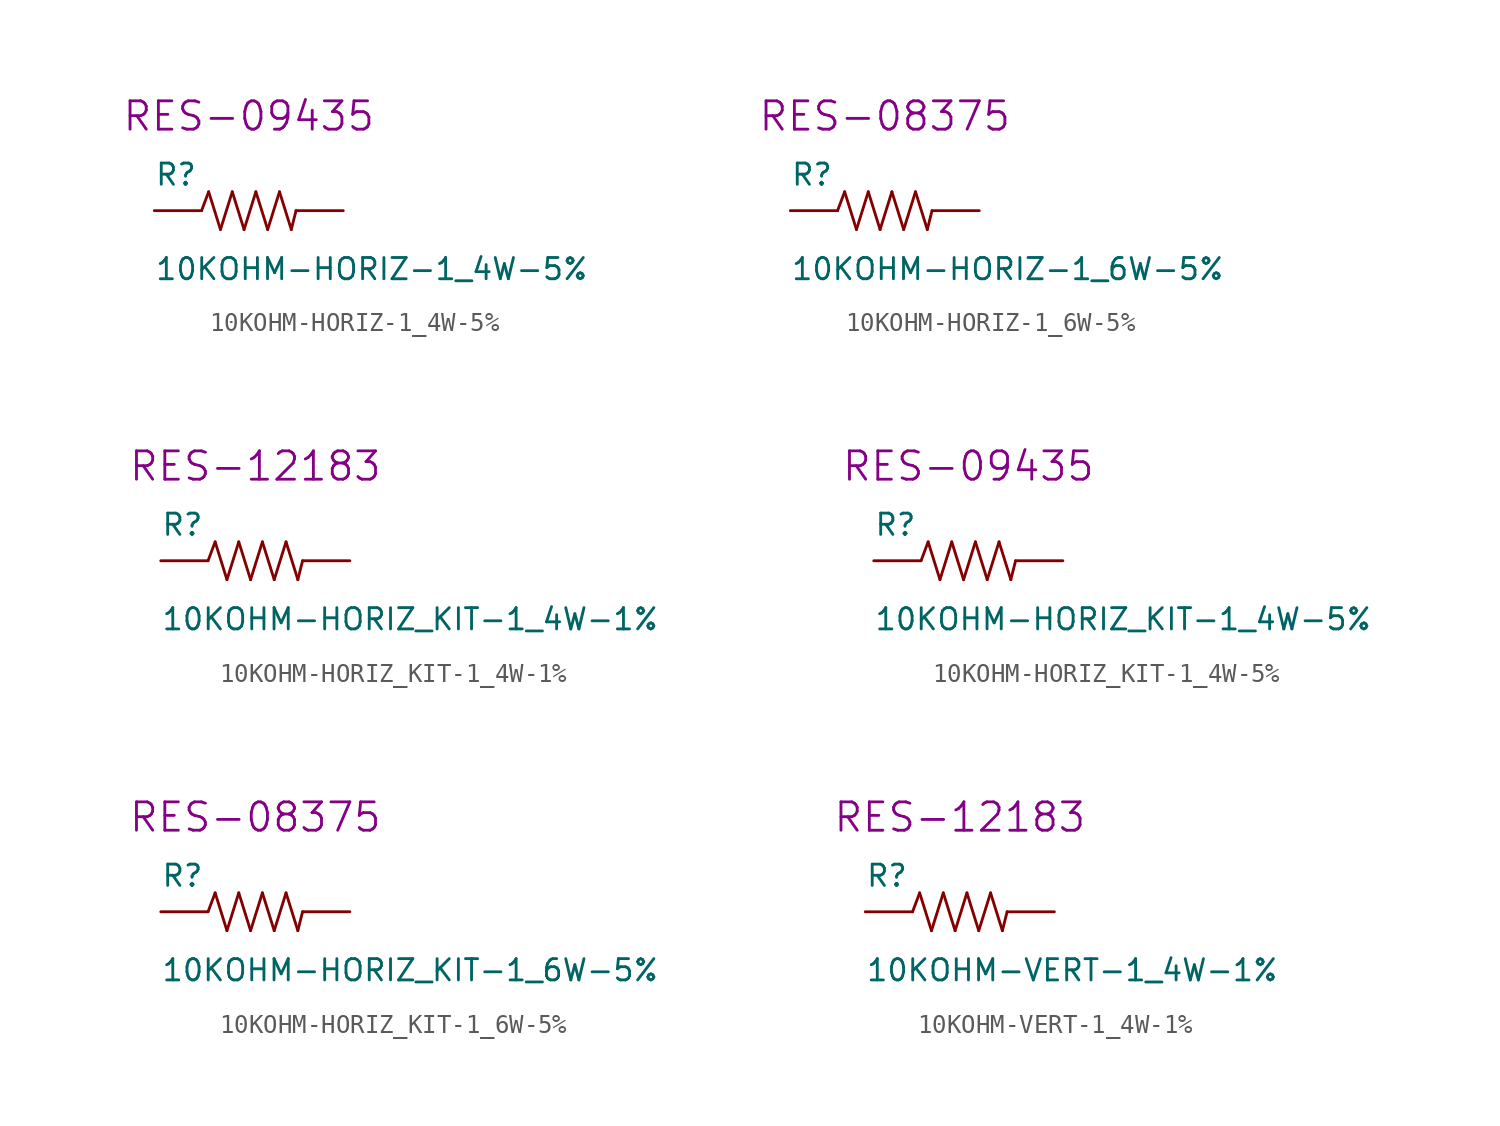
<source format=kicad_sym>
(kicad_symbol_lib
  (version 20211014)
  (generator kicad_symbol_editor)
  (symbol "10KOHM-HORIZ-1_4W-5%"
    (pin_numbers hide)
    (pin_names
      (offset 1.016) hide)
    (property "Reference" "R"
      (at -5.08 1.27 0)
      (effects (font (size 1.143 1.143)) (justify left bottom)))
    (property "Value" "10KOHM-HORIZ-1_4W-5%"
      (at -5.08 -3.81 0)
      (effects (font (size 1.143 1.143)) (justify left bottom)))
    (property "Field4" "RES-09435"
      (at 0 5.08 0)
      (effects (font (size 1.524 1.524))))
    (property "ki_locked" ""
      (at 0 0 0)
      (effects (font (size 1.27 1.27))))
    (symbol "10KOHM-HORIZ-1_4W-5%_1_0"
      (polyline (pts (xy -2.54 0) (xy -2.159 1.016)) (stroke (width 0) (type default) (color 0 0 0 0)) (fill (type none)))
      (polyline (pts (xy -2.159 1.016) (xy -1.524 -1.016)) (stroke (width 0) (type default) (color 0 0 0 0)) (fill (type none)))
      (polyline (pts (xy -1.524 -1.016) (xy -0.889 1.016)) (stroke (width 0) (type default) (color 0 0 0 0)) (fill (type none)))
      (polyline (pts (xy -0.889 1.016) (xy -0.254 -1.016)) (stroke (width 0) (type default) (color 0 0 0 0)) (fill (type none)))
      (polyline (pts (xy -0.254 -1.016) (xy 0.381 1.016)) (stroke (width 0) (type default) (color 0 0 0 0)) (fill (type none)))
      (polyline (pts (xy 0.381 1.016) (xy 1.016 -1.016)) (stroke (width 0) (type default) (color 0 0 0 0)) (fill (type none)))
      (polyline (pts (xy 1.016 -1.016) (xy 1.651 1.016)) (stroke (width 0) (type default) (color 0 0 0 0)) (fill (type none)))
      (polyline (pts (xy 1.651 1.016) (xy 2.286 -1.016)) (stroke (width 0) (type default) (color 0 0 0 0)) (fill (type none)))
      (polyline (pts (xy 2.286 -1.016) (xy 2.54 0)) (stroke (width 0) (type default) (color 0 0 0 0)) (fill (type none))))
    (symbol "10KOHM-HORIZ-1_4W-5%_1_1"
      (pin passive line (at -5.08 0 0) (length 2.54) (name "1" (effects (font (size 1.016 1.016)))) (number "P$1" (effects (font (size 1.016 1.016)))))
      (pin passive line (at 5.08 0 180) (length 2.54) (name "2" (effects (font (size 1.016 1.016)))) (number "P$2" (effects (font (size 1.016 1.016)))))))
  (symbol "10KOHM-HORIZ-1_6W-5%"
    (pin_numbers hide)
    (pin_names
      (offset 1.016) hide)
    (property "Reference" "R"
      (at -5.08 1.27 0)
      (effects (font (size 1.143 1.143)) (justify left bottom)))
    (property "Value" "10KOHM-HORIZ-1_6W-5%"
      (at -5.08 -3.81 0)
      (effects (font (size 1.143 1.143)) (justify left bottom)))
    (property "Field4" "RES-08375"
      (at 0 5.08 0)
      (effects (font (size 1.524 1.524))))
    (property "ki_locked" ""
      (at 0 0 0)
      (effects (font (size 1.27 1.27))))
    (symbol "10KOHM-HORIZ-1_6W-5%_1_0"
      (polyline (pts (xy -2.54 0) (xy -2.159 1.016)) (stroke (width 0) (type default) (color 0 0 0 0)) (fill (type none)))
      (polyline (pts (xy -2.159 1.016) (xy -1.524 -1.016)) (stroke (width 0) (type default) (color 0 0 0 0)) (fill (type none)))
      (polyline (pts (xy -1.524 -1.016) (xy -0.889 1.016)) (stroke (width 0) (type default) (color 0 0 0 0)) (fill (type none)))
      (polyline (pts (xy -0.889 1.016) (xy -0.254 -1.016)) (stroke (width 0) (type default) (color 0 0 0 0)) (fill (type none)))
      (polyline (pts (xy -0.254 -1.016) (xy 0.381 1.016)) (stroke (width 0) (type default) (color 0 0 0 0)) (fill (type none)))
      (polyline (pts (xy 0.381 1.016) (xy 1.016 -1.016)) (stroke (width 0) (type default) (color 0 0 0 0)) (fill (type none)))
      (polyline (pts (xy 1.016 -1.016) (xy 1.651 1.016)) (stroke (width 0) (type default) (color 0 0 0 0)) (fill (type none)))
      (polyline (pts (xy 1.651 1.016) (xy 2.286 -1.016)) (stroke (width 0) (type default) (color 0 0 0 0)) (fill (type none)))
      (polyline (pts (xy 2.286 -1.016) (xy 2.54 0)) (stroke (width 0) (type default) (color 0 0 0 0)) (fill (type none))))
    (symbol "10KOHM-HORIZ-1_6W-5%_1_1"
      (pin passive line (at -5.08 0 0) (length 2.54) (name "1" (effects (font (size 1.016 1.016)))) (number "P$1" (effects (font (size 1.016 1.016)))))
      (pin passive line (at 5.08 0 180) (length 2.54) (name "2" (effects (font (size 1.016 1.016)))) (number "P$2" (effects (font (size 1.016 1.016)))))))
  (symbol "10KOHM-HORIZ_KIT-1_4W-1%"
    (pin_numbers hide)
    (pin_names
      (offset 1.016) hide)
    (property "Reference" "R"
      (at -5.08 1.27 0)
      (effects (font (size 1.143 1.143)) (justify left bottom)))
    (property "Value" "10KOHM-HORIZ_KIT-1_4W-1%"
      (at -5.08 -3.81 0)
      (effects (font (size 1.143 1.143)) (justify left bottom)))
    (property "Field4" "RES-12183"
      (at 0 5.08 0)
      (effects (font (size 1.524 1.524))))
    (property "ki_locked" ""
      (at 0 0 0)
      (effects (font (size 1.27 1.27))))
    (symbol "10KOHM-HORIZ_KIT-1_4W-1%_1_0"
      (polyline (pts (xy -2.54 0) (xy -2.159 1.016)) (stroke (width 0) (type default) (color 0 0 0 0)) (fill (type none)))
      (polyline (pts (xy -2.159 1.016) (xy -1.524 -1.016)) (stroke (width 0) (type default) (color 0 0 0 0)) (fill (type none)))
      (polyline (pts (xy -1.524 -1.016) (xy -0.889 1.016)) (stroke (width 0) (type default) (color 0 0 0 0)) (fill (type none)))
      (polyline (pts (xy -0.889 1.016) (xy -0.254 -1.016)) (stroke (width 0) (type default) (color 0 0 0 0)) (fill (type none)))
      (polyline (pts (xy -0.254 -1.016) (xy 0.381 1.016)) (stroke (width 0) (type default) (color 0 0 0 0)) (fill (type none)))
      (polyline (pts (xy 0.381 1.016) (xy 1.016 -1.016)) (stroke (width 0) (type default) (color 0 0 0 0)) (fill (type none)))
      (polyline (pts (xy 1.016 -1.016) (xy 1.651 1.016)) (stroke (width 0) (type default) (color 0 0 0 0)) (fill (type none)))
      (polyline (pts (xy 1.651 1.016) (xy 2.286 -1.016)) (stroke (width 0) (type default) (color 0 0 0 0)) (fill (type none)))
      (polyline (pts (xy 2.286 -1.016) (xy 2.54 0)) (stroke (width 0) (type default) (color 0 0 0 0)) (fill (type none))))
    (symbol "10KOHM-HORIZ_KIT-1_4W-1%_1_1"
      (pin passive line (at -5.08 0 0) (length 2.54) (name "1" (effects (font (size 1.016 1.016)))) (number "P$1" (effects (font (size 1.016 1.016)))))
      (pin passive line (at 5.08 0 180) (length 2.54) (name "2" (effects (font (size 1.016 1.016)))) (number "P$2" (effects (font (size 1.016 1.016)))))))
  (symbol "10KOHM-HORIZ_KIT-1_4W-5%"
    (pin_numbers hide)
    (pin_names
      (offset 1.016) hide)
    (property "Reference" "R"
      (at -5.08 1.27 0)
      (effects (font (size 1.143 1.143)) (justify left bottom)))
    (property "Value" "10KOHM-HORIZ_KIT-1_4W-5%"
      (at -5.08 -3.81 0)
      (effects (font (size 1.143 1.143)) (justify left bottom)))
    (property "Field4" "RES-09435"
      (at 0 5.08 0)
      (effects (font (size 1.524 1.524))))
    (property "ki_locked" ""
      (at 0 0 0)
      (effects (font (size 1.27 1.27))))
    (symbol "10KOHM-HORIZ_KIT-1_4W-5%_1_0"
      (polyline (pts (xy -2.54 0) (xy -2.159 1.016)) (stroke (width 0) (type default) (color 0 0 0 0)) (fill (type none)))
      (polyline (pts (xy -2.159 1.016) (xy -1.524 -1.016)) (stroke (width 0) (type default) (color 0 0 0 0)) (fill (type none)))
      (polyline (pts (xy -1.524 -1.016) (xy -0.889 1.016)) (stroke (width 0) (type default) (color 0 0 0 0)) (fill (type none)))
      (polyline (pts (xy -0.889 1.016) (xy -0.254 -1.016)) (stroke (width 0) (type default) (color 0 0 0 0)) (fill (type none)))
      (polyline (pts (xy -0.254 -1.016) (xy 0.381 1.016)) (stroke (width 0) (type default) (color 0 0 0 0)) (fill (type none)))
      (polyline (pts (xy 0.381 1.016) (xy 1.016 -1.016)) (stroke (width 0) (type default) (color 0 0 0 0)) (fill (type none)))
      (polyline (pts (xy 1.016 -1.016) (xy 1.651 1.016)) (stroke (width 0) (type default) (color 0 0 0 0)) (fill (type none)))
      (polyline (pts (xy 1.651 1.016) (xy 2.286 -1.016)) (stroke (width 0) (type default) (color 0 0 0 0)) (fill (type none)))
      (polyline (pts (xy 2.286 -1.016) (xy 2.54 0)) (stroke (width 0) (type default) (color 0 0 0 0)) (fill (type none))))
    (symbol "10KOHM-HORIZ_KIT-1_4W-5%_1_1"
      (pin passive line (at -5.08 0 0) (length 2.54) (name "1" (effects (font (size 1.016 1.016)))) (number "P$1" (effects (font (size 1.016 1.016)))))
      (pin passive line (at 5.08 0 180) (length 2.54) (name "2" (effects (font (size 1.016 1.016)))) (number "P$2" (effects (font (size 1.016 1.016)))))))
  (symbol "10KOHM-HORIZ_KIT-1_6W-5%"
    (pin_numbers hide)
    (pin_names
      (offset 1.016) hide)
    (property "Reference" "R"
      (at -5.08 1.27 0)
      (effects (font (size 1.143 1.143)) (justify left bottom)))
    (property "Value" "10KOHM-HORIZ_KIT-1_6W-5%"
      (at -5.08 -3.81 0)
      (effects (font (size 1.143 1.143)) (justify left bottom)))
    (property "Field4" "RES-08375"
      (at 0 5.08 0)
      (effects (font (size 1.524 1.524))))
    (property "ki_locked" ""
      (at 0 0 0)
      (effects (font (size 1.27 1.27))))
    (symbol "10KOHM-HORIZ_KIT-1_6W-5%_1_0"
      (polyline (pts (xy -2.54 0) (xy -2.159 1.016)) (stroke (width 0) (type default) (color 0 0 0 0)) (fill (type none)))
      (polyline (pts (xy -2.159 1.016) (xy -1.524 -1.016)) (stroke (width 0) (type default) (color 0 0 0 0)) (fill (type none)))
      (polyline (pts (xy -1.524 -1.016) (xy -0.889 1.016)) (stroke (width 0) (type default) (color 0 0 0 0)) (fill (type none)))
      (polyline (pts (xy -0.889 1.016) (xy -0.254 -1.016)) (stroke (width 0) (type default) (color 0 0 0 0)) (fill (type none)))
      (polyline (pts (xy -0.254 -1.016) (xy 0.381 1.016)) (stroke (width 0) (type default) (color 0 0 0 0)) (fill (type none)))
      (polyline (pts (xy 0.381 1.016) (xy 1.016 -1.016)) (stroke (width 0) (type default) (color 0 0 0 0)) (fill (type none)))
      (polyline (pts (xy 1.016 -1.016) (xy 1.651 1.016)) (stroke (width 0) (type default) (color 0 0 0 0)) (fill (type none)))
      (polyline (pts (xy 1.651 1.016) (xy 2.286 -1.016)) (stroke (width 0) (type default) (color 0 0 0 0)) (fill (type none)))
      (polyline (pts (xy 2.286 -1.016) (xy 2.54 0)) (stroke (width 0) (type default) (color 0 0 0 0)) (fill (type none))))
    (symbol "10KOHM-HORIZ_KIT-1_6W-5%_1_1"
      (pin passive line (at -5.08 0 0) (length 2.54) (name "1" (effects (font (size 1.016 1.016)))) (number "P$1" (effects (font (size 1.016 1.016)))))
      (pin passive line (at 5.08 0 180) (length 2.54) (name "2" (effects (font (size 1.016 1.016)))) (number "P$2" (effects (font (size 1.016 1.016)))))))
  (symbol "10KOHM-VERT-1_4W-1%"
    (pin_numbers hide)
    (pin_names
      (offset 1.016) hide)
    (property "Reference" "R"
      (at -5.08 1.27 0)
      (effects (font (size 1.143 1.143)) (justify left bottom)))
    (property "Value" "10KOHM-VERT-1_4W-1%"
      (at -5.08 -3.81 0)
      (effects (font (size 1.143 1.143)) (justify left bottom)))
    (property "Field4" "RES-12183"
      (at 0 5.08 0)
      (effects (font (size 1.524 1.524))))
    (property "ki_locked" ""
      (at 0 0 0)
      (effects (font (size 1.27 1.27))))
    (symbol "10KOHM-VERT-1_4W-1%_1_0"
      (polyline (pts (xy -2.54 0) (xy -2.159 1.016)) (stroke (width 0) (type default) (color 0 0 0 0)) (fill (type none)))
      (polyline (pts (xy -2.159 1.016) (xy -1.524 -1.016)) (stroke (width 0) (type default) (color 0 0 0 0)) (fill (type none)))
      (polyline (pts (xy -1.524 -1.016) (xy -0.889 1.016)) (stroke (width 0) (type default) (color 0 0 0 0)) (fill (type none)))
      (polyline (pts (xy -0.889 1.016) (xy -0.254 -1.016)) (stroke (width 0) (type default) (color 0 0 0 0)) (fill (type none)))
      (polyline (pts (xy -0.254 -1.016) (xy 0.381 1.016)) (stroke (width 0) (type default) (color 0 0 0 0)) (fill (type none)))
      (polyline (pts (xy 0.381 1.016) (xy 1.016 -1.016)) (stroke (width 0) (type default) (color 0 0 0 0)) (fill (type none)))
      (polyline (pts (xy 1.016 -1.016) (xy 1.651 1.016)) (stroke (width 0) (type default) (color 0 0 0 0)) (fill (type none)))
      (polyline (pts (xy 1.651 1.016) (xy 2.286 -1.016)) (stroke (width 0) (type default) (color 0 0 0 0)) (fill (type none)))
      (polyline (pts (xy 2.286 -1.016) (xy 2.54 0)) (stroke (width 0) (type default) (color 0 0 0 0)) (fill (type none))))
    (symbol "10KOHM-VERT-1_4W-1%_1_1"
      (pin passive line (at -5.08 0 0) (length 2.54) (name "1" (effects (font (size 1.016 1.016)))) (number "P$1" (effects (font (size 1.016 1.016)))))
      (pin passive line (at 5.08 0 180) (length 2.54) (name "2" (effects (font (size 1.016 1.016)))) (number "P$2" (effects (font (size 1.016 1.016))))))))
</source>
